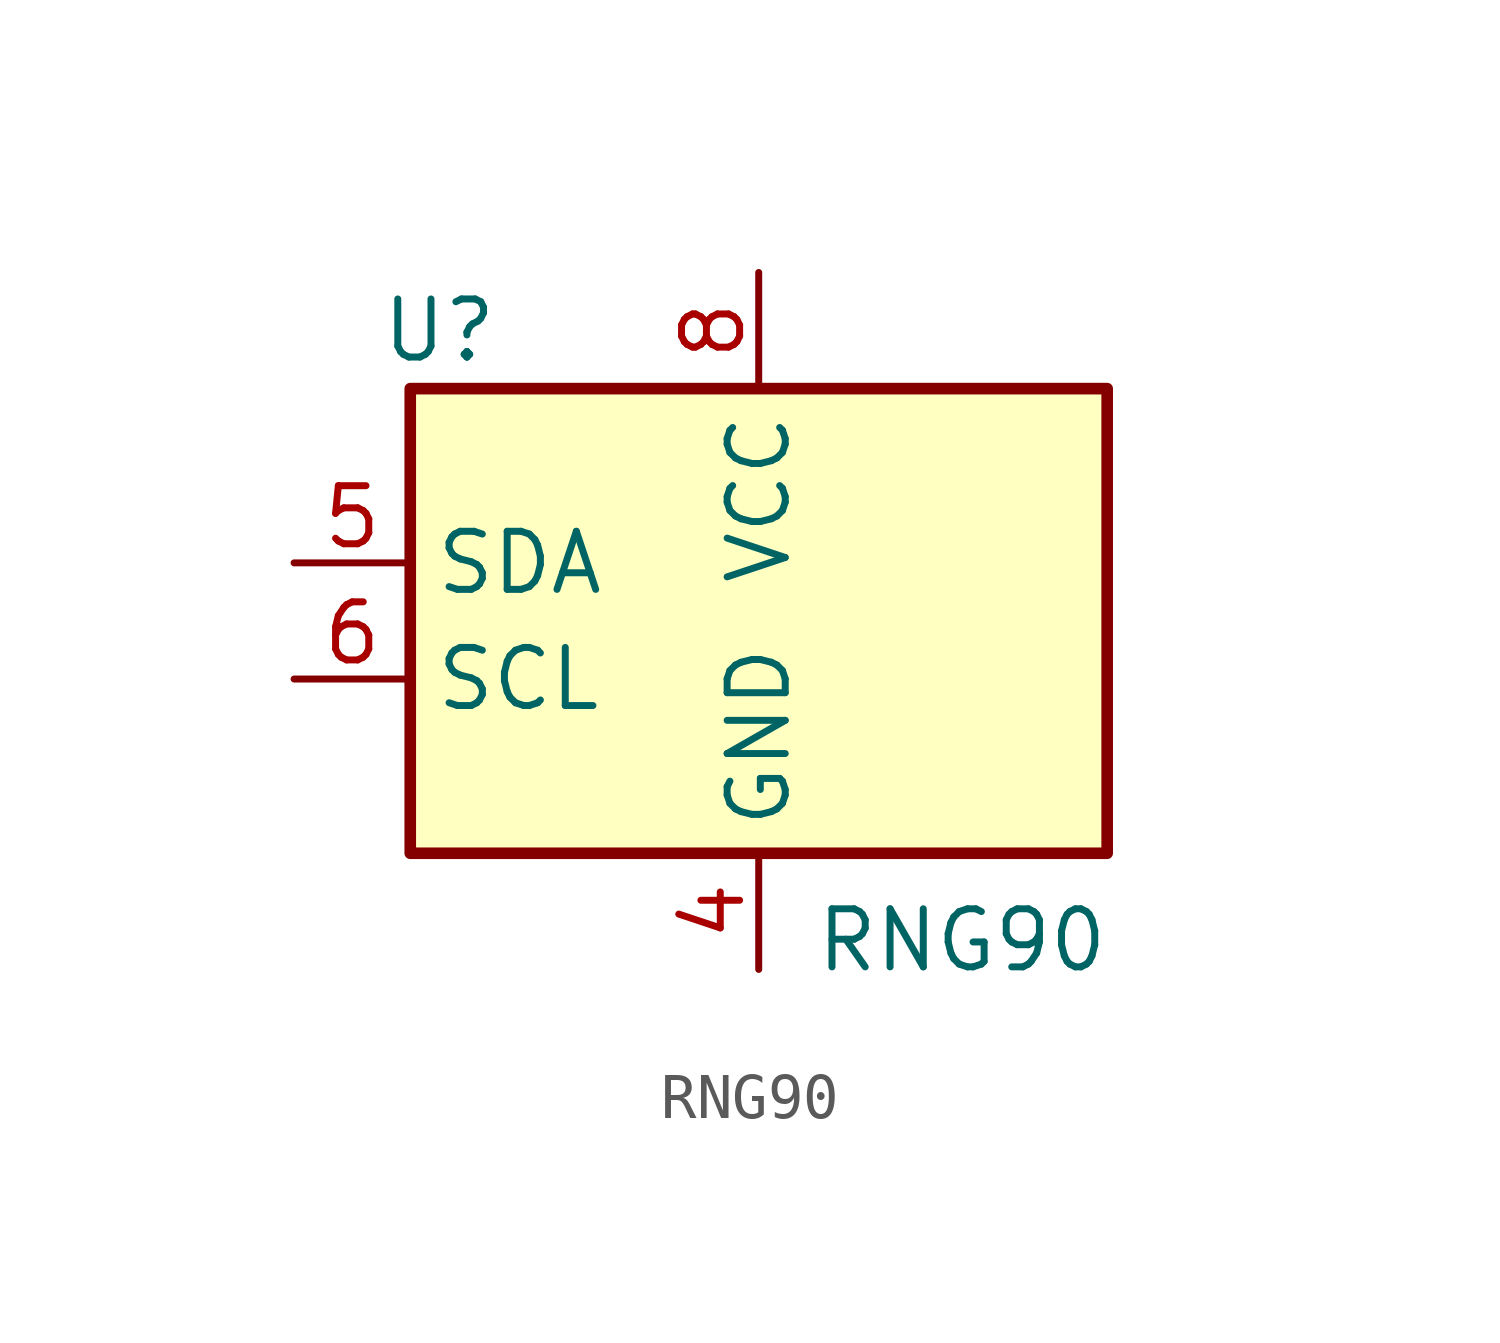
<source format=kicad_sym>
(kicad_symbol_lib
  (version 20220914)
  (generator kicad_symbol_editor)
  (symbol "RNG90"
    (property "Reference" "U"
      (at -6.985 6.35 0)
      (effects (font (size 1.27 1.27))))
    (property "Value" "RNG90"
      (at 4.445 -6.985 0)
      (effects (font (size 1.27 1.27))))
    (symbol "RNG90_1_1"
      (rectangle (start -7.62 5.08) (end 7.62 -5.08) (stroke (width 0.254) (type default)) (fill (type background)))
      (pin no_connect line (at 10.16 3.81 180) (length 2.54) hide (name "NC1" (effects (font (size 1.27 1.27)))) (number "1" (effects (font (size 1.27 1.27)))))
      (pin no_connect line (at 10.16 1.27 180) (length 2.54) hide (name "NC2" (effects (font (size 1.27 1.27)))) (number "2" (effects (font (size 1.27 1.27)))))
      (pin no_connect line (at 10.16 -1.27 180) (length 2.54) hide (name "NC3" (effects (font (size 1.27 1.27)))) (number "3" (effects (font (size 1.27 1.27)))))
      (pin power_in line (at 0 -7.62 90) (length 2.54) (name "GND" (effects (font (size 1.27 1.27)))) (number "4" (effects (font (size 1.27 1.27)))))
      (pin bidirectional line (at -10.16 1.27 0) (length 2.54) (name "SDA" (effects (font (size 1.27 1.27)))) (number "5" (effects (font (size 1.27 1.27)))))
      (pin input line (at -10.16 -1.27 0) (length 2.54) (name "SCL" (effects (font (size 1.27 1.27)))) (number "6" (effects (font (size 1.27 1.27)))))
      (pin no_connect line (at 10.16 -3.81 180) (length 2.54) hide (name "NC4" (effects (font (size 1.27 1.27)))) (number "7" (effects (font (size 1.27 1.27)))))
      (pin power_in line (at 0 7.62 270) (length 2.54) (name "VCC" (effects (font (size 1.27 1.27)))) (number "8" (effects (font (size 1.27 1.27))))))))
</source>
